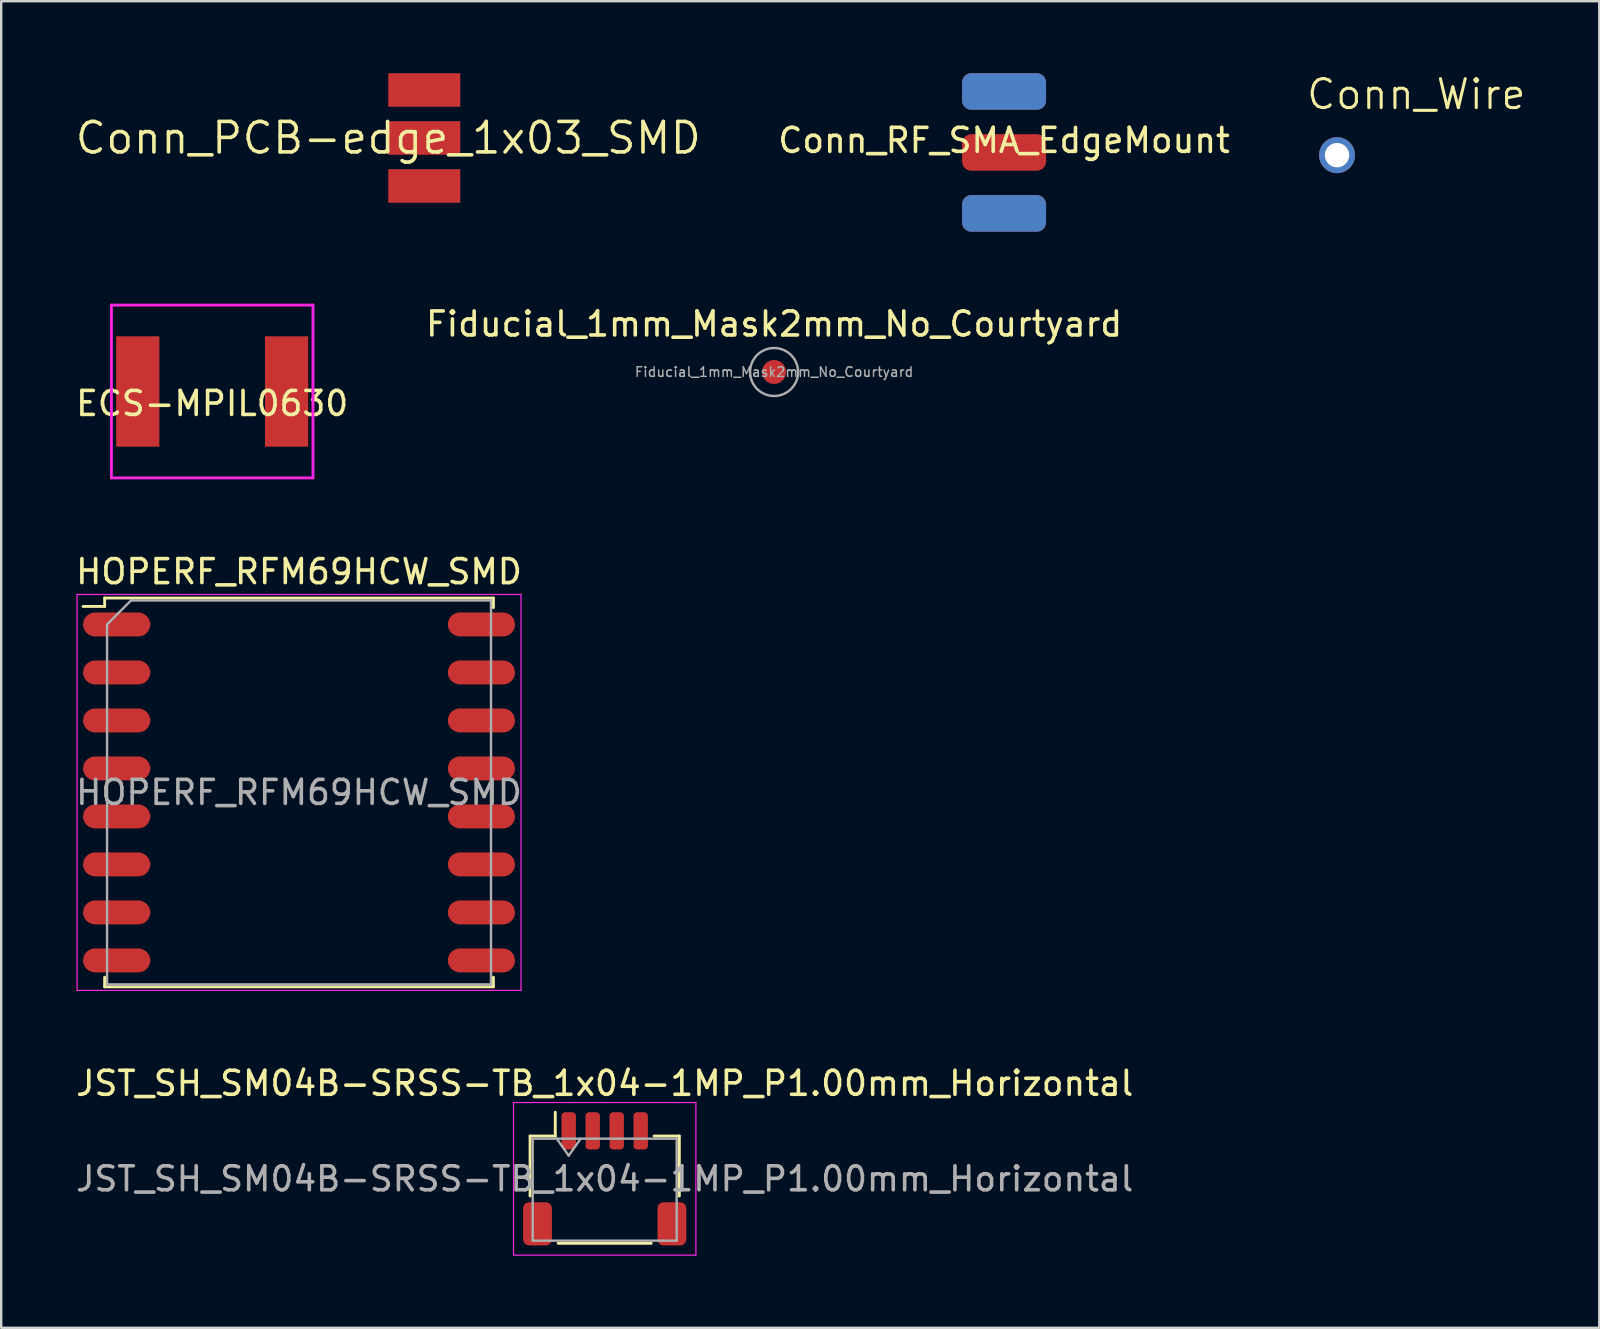
<source format=kicad_pcb>
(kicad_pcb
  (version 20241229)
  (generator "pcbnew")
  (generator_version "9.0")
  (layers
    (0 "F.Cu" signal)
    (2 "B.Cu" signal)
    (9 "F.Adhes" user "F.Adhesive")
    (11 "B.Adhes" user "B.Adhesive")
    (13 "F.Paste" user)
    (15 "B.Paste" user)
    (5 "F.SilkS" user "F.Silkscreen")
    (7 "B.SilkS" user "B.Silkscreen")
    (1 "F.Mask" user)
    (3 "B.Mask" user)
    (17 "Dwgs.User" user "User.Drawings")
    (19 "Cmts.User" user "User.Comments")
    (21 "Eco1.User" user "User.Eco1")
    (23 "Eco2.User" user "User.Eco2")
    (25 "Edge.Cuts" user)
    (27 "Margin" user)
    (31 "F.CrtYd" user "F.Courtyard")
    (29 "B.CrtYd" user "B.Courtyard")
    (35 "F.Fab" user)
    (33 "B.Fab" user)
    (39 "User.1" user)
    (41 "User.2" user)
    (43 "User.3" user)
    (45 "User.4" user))
  (footprint "Conn_PCB-edge_1x03_SMD"
    (layer "F.Cu")
    (at 13.131 2.7)
    (property "Reference" "Conn_PCB-edge_1x03_SMD" (at 0 0 0) (layer "F.SilkS") (effects (font (size 1.27 1.27) (thickness 0.15))))
    (attr exclude_from_pos_files exclude_from_bom)
    (pad "1" smd rect (at 1.5 -2) (size 3 1.4) (layers "F.Cu" "F.Mask" "F.Paste"))
    (pad "2" smd rect (at 1.5 0) (size 3 1.4) (layers "F.Cu" "F.Mask" "F.Paste"))
    (pad "3" smd rect (at 1.5 2) (size 3 1.4) (layers "F.Cu" "F.Mask" "F.Paste")))
  (footprint "JST_SH_SM04B-SRSS-TB_1x04-1MP_P1.00mm_Horizontal"
    (layer "F.Cu")
    (at 22.149 46.075)
    (property "Reference" "JST_SH_SM04B-SRSS-TB_1x04-1MP_P1.00mm_Horizontal" (at 0 -3.98 0) (layer "F.SilkS") (effects (font (size 1 1) (thickness 0.15))))
    (attr smd)
    (fp_line (start -3.11 -1.785) (end -2.06 -1.785) (stroke (width 0.12) (type solid)) (layer "F.SilkS"))
    (fp_line (start -3.11 0.715) (end -3.11 -1.785) (stroke (width 0.12) (type solid)) (layer "F.SilkS"))
    (fp_line (start -2.06 -1.785) (end -2.06 -2.775) (stroke (width 0.12) (type solid)) (layer "F.SilkS"))
    (fp_line (start -1.94 2.685) (end 1.94 2.685) (stroke (width 0.12) (type solid)) (layer "F.SilkS"))
    (fp_line (start 3.11 -1.785) (end 2.06 -1.785) (stroke (width 0.12) (type solid)) (layer "F.SilkS"))
    (fp_line (start 3.11 0.715) (end 3.11 -1.785) (stroke (width 0.12) (type solid)) (layer "F.SilkS"))
    (fp_line (start -3.8 -3.18) (end -3.8 3.18) (stroke (width 0.05) (type solid)) (layer "F.CrtYd"))
    (fp_line (start -3.8 3.18) (end 3.8 3.18) (stroke (width 0.05) (type solid)) (layer "F.CrtYd"))
    (fp_line (start 3.8 -3.18) (end -3.8 -3.18) (stroke (width 0.05) (type solid)) (layer "F.CrtYd"))
    (fp_line (start 3.8 3.18) (end 3.8 -3.18) (stroke (width 0.05) (type solid)) (layer "F.CrtYd"))
    (fp_line (start -3 -1.675) (end -3 2.575) (stroke (width 0.1) (type solid)) (layer "F.Fab"))
    (fp_line (start -3 -1.675) (end 3 -1.675) (stroke (width 0.1) (type solid)) (layer "F.Fab"))
    (fp_line (start -3 2.575) (end 3 2.575) (stroke (width 0.1) (type solid)) (layer "F.Fab"))
    (fp_line (start -2 -1.675) (end -1.5 -0.968) (stroke (width 0.1) (type solid)) (layer "F.Fab"))
    (fp_line (start -1.5 -0.968) (end -1 -1.675) (stroke (width 0.1) (type solid)) (layer "F.Fab"))
    (fp_line (start 3 -1.675) (end 3 2.575) (stroke (width 0.1) (type solid)) (layer "F.Fab"))
    (fp_text user "${REFERENCE}" (at 0 0 0) (layer "F.Fab") (effects (font (size 1 1) (thickness 0.15))))
    (pad "1" smd roundrect (at -1.5 -2) (size 0.6 1.55) (layers "F.Cu" "F.Mask" "F.Paste") (roundrect_rratio 0.25))
    (pad "2" smd roundrect (at -0.5 -2) (size 0.6 1.55) (layers "F.Cu" "F.Mask" "F.Paste") (roundrect_rratio 0.25))
    (pad "3" smd roundrect (at 0.5 -2) (size 0.6 1.55) (layers "F.Cu" "F.Mask" "F.Paste") (roundrect_rratio 0.25))
    (pad "4" smd roundrect (at 1.5 -2) (size 0.6 1.55) (layers "F.Cu" "F.Mask" "F.Paste") (roundrect_rratio 0.25))
    (pad "MP" smd roundrect (at -2.8 1.875) (size 1.2 1.8) (layers "F.Cu" "F.Mask" "F.Paste") (roundrect_rratio 0.208))
    (pad "MP" smd roundrect (at 2.8 1.875) (size 1.2 1.8) (layers "F.Cu" "F.Mask" "F.Paste") (roundrect_rratio 0.208)))
  (footprint "ECS-MPIL0630"
    (layer "F.Cu")
    (at 5.792 13.264)
    (property "Reference" "ECS-MPIL0630" (at 0 0.5 0) (layer "F.SilkS") (effects (font (size 1 1) (thickness 0.15))))
    (attr smd)
    (fp_line (start -4.2 -3.6) (end 4.2 -3.6) (stroke (width 0.12) (type solid)) (layer "F.CrtYd"))
    (fp_line (start -4.2 0) (end -4.2 -3.6) (stroke (width 0.12) (type solid)) (layer "F.CrtYd"))
    (fp_line (start -4.2 3.6) (end -4.2 0) (stroke (width 0.12) (type solid)) (layer "F.CrtYd"))
    (fp_line (start 4.2 -3.6) (end 4.2 0) (stroke (width 0.12) (type solid)) (layer "F.CrtYd"))
    (fp_line (start 4.2 0) (end 4.2 3.6) (stroke (width 0.12) (type solid)) (layer "F.CrtYd"))
    (fp_line (start 4.2 3.6) (end -4.2 3.6) (stroke (width 0.12) (type solid)) (layer "F.CrtYd"))
    (pad "1" smd rect (at -3.1 0) (size 1.8 4.6) (layers "F.Cu" "F.Mask" "F.Paste"))
    (pad "2" smd rect (at 3.1 0) (size 1.8 4.6) (layers "F.Cu" "F.Mask" "F.Paste")))
  (footprint "HOPERF_RFM69HCW_SMD"
    (layer "F.Cu")
    (at 9.411 29.972)
    (property "Reference" "HOPERF_RFM69HCW_SMD" (at 0 -9.2 0) (layer "F.SilkS") (effects (font (size 1 1) (thickness 0.15))))
    (attr smd)
    (fp_line (start -8.1 -8.1) (end -8.1 -7.75) (stroke (width 0.12) (type solid)) (layer "F.SilkS"))
    (fp_line (start -8.1 -8.1) (end 8.1 -8.1) (stroke (width 0.12) (type solid)) (layer "F.SilkS"))
    (fp_line (start -8.1 -7.75) (end -9 -7.75) (stroke (width 0.12) (type solid)) (layer "F.SilkS"))
    (fp_line (start -8.1 7.7) (end -8.1 8.1) (stroke (width 0.12) (type solid)) (layer "F.SilkS"))
    (fp_line (start -8.1 8.1) (end 8.1 8.1) (stroke (width 0.12) (type solid)) (layer "F.SilkS"))
    (fp_line (start 8.1 -8.1) (end 8.1 -7.7) (stroke (width 0.12) (type solid)) (layer "F.SilkS"))
    (fp_line (start 8.1 8.1) (end 8.1 7.7) (stroke (width 0.12) (type solid)) (layer "F.SilkS"))
    (fp_line (start -9.25 -8.25) (end 9.25 -8.25) (stroke (width 0.05) (type solid)) (layer "F.CrtYd"))
    (fp_line (start -9.25 8.25) (end -9.25 -8.25) (stroke (width 0.05) (type solid)) (layer "F.CrtYd"))
    (fp_line (start -9.25 8.25) (end 9.25 8.25) (stroke (width 0.05) (type solid)) (layer "F.CrtYd"))
    (fp_line (start 9.25 -8.25) (end 9.25 8.25) (stroke (width 0.05) (type solid)) (layer "F.CrtYd"))
    (fp_line (start -8 8) (end -8 -7) (stroke (width 0.1) (type solid)) (layer "F.Fab"))
    (fp_line (start -8 8) (end 8 8) (stroke (width 0.1) (type solid)) (layer "F.Fab"))
    (fp_line (start -7 -8) (end -8 -7) (stroke (width 0.1) (type solid)) (layer "F.Fab"))
    (fp_line (start -7 -8) (end 8 -8) (stroke (width 0.1) (type solid)) (layer "F.Fab"))
    (fp_line (start 8 8) (end 8 -8) (stroke (width 0.1) (type solid)) (layer "F.Fab"))
    (fp_text user "${REFERENCE}" (at 0 0 0) (layer "F.Fab") (effects (font (size 1 1) (thickness 0.15))))
    (pad "1" smd roundrect (at -7.6 -7) (size 2.8 1) (layers "F.Cu" "F.Mask" "F.Paste") (roundrect_rratio 0.5))
    (pad "2" smd roundrect (at -7.6 -5) (size 2.8 1) (layers "F.Cu" "F.Mask" "F.Paste") (roundrect_rratio 0.5))
    (pad "3" smd roundrect (at -7.6 -3) (size 2.8 1) (layers "F.Cu" "F.Mask" "F.Paste") (roundrect_rratio 0.5))
    (pad "4" smd roundrect (at -7.6 -1) (size 2.8 1) (layers "F.Cu" "F.Mask" "F.Paste") (roundrect_rratio 0.5))
    (pad "5" smd roundrect (at -7.6 1) (size 2.8 1) (layers "F.Cu" "F.Mask" "F.Paste") (roundrect_rratio 0.5))
    (pad "6" smd roundrect (at -7.6 3) (size 2.8 1) (layers "F.Cu" "F.Mask" "F.Paste") (roundrect_rratio 0.5))
    (pad "7" smd roundrect (at -7.6 5) (size 2.8 1) (layers "F.Cu" "F.Mask" "F.Paste") (roundrect_rratio 0.5))
    (pad "8" smd roundrect (at -7.6 7) (size 2.8 1) (layers "F.Cu" "F.Mask" "F.Paste") (roundrect_rratio 0.5))
    (pad "9" smd roundrect (at 7.6 7) (size 2.8 1) (layers "F.Cu" "F.Mask" "F.Paste") (roundrect_rratio 0.5))
    (pad "10" smd roundrect (at 7.6 5) (size 2.8 1) (layers "F.Cu" "F.Mask" "F.Paste") (roundrect_rratio 0.5))
    (pad "11" smd roundrect (at 7.6 3) (size 2.8 1) (layers "F.Cu" "F.Mask" "F.Paste") (roundrect_rratio 0.5))
    (pad "12" smd roundrect (at 7.6 1) (size 2.8 1) (layers "F.Cu" "F.Mask" "F.Paste") (roundrect_rratio 0.5))
    (pad "13" smd roundrect (at 7.6 -1) (size 2.8 1) (layers "F.Cu" "F.Mask" "F.Paste") (roundrect_rratio 0.5))
    (pad "14" smd roundrect (at 7.6 -3) (size 2.8 1) (layers "F.Cu" "F.Mask" "F.Paste") (roundrect_rratio 0.5))
    (pad "15" smd roundrect (at 7.6 -5) (size 2.8 1) (layers "F.Cu" "F.Mask" "F.Paste") (roundrect_rratio 0.5))
    (pad "16" smd roundrect (at 7.6 -7) (size 2.8 1) (layers "F.Cu" "F.Mask" "F.Paste") (roundrect_rratio 0.5)))
  (footprint "Conn_RF_SMA_EdgeMount"
    (layer "F.Cu")
    (at 38.791 3.302)
    (property "Reference" "Conn_RF_SMA_EdgeMount" (at 0 -0.5 0) (unlocked yes) (layer "F.SilkS") (effects (font (size 1 1) (thickness 0.15))))
    (pad "1" smd roundrect (at 0 0) (size 3.5 1.524) (layers "F.Cu" "F.Mask" "F.Paste") (roundrect_rratio 0.25))
    (pad "2" smd roundrect (at 0 -2.54) (size 3.5 1.524) (layers "F.Cu" "F.Mask" "F.Paste") (roundrect_rratio 0.25))
    (pad "2" smd roundrect (at 0 -2.54) (size 3.5 1.524) (layers "B.Cu" "B.Mask" "B.Paste") (roundrect_rratio 0.25))
    (pad "2" smd roundrect (at 0 2.54) (size 3.5 1.524) (layers "F.Cu" "F.Mask" "F.Paste") (roundrect_rratio 0.25))
    (pad "2" smd roundrect (at 0 2.54) (size 3.5 1.524) (layers "B.Cu" "B.Mask" "B.Paste") (roundrect_rratio 0.25)))
  (footprint "Fiducial_1mm_Mask2mm_No_Courtyard"
    (layer "F.Cu")
    (at 29.208 12.452)
    (property "Reference" "Fiducial_1mm_Mask2mm_No_Courtyard" (at 0 -2 0) (layer "F.SilkS") (effects (font (size 1 1) (thickness 0.15))))
    (attr smd)
    (fp_circle (center 0 0) (end 1 0) (stroke (width 0.1) (type solid)) (fill no) (layer "F.Fab"))
    (fp_text user "${REFERENCE}" (at 0 0 0) (layer "F.Fab") (effects (font (size 0.4 0.4) (thickness 0.06))))
    (pad "" smd circle (at 0 0) (size 1 1) (layers "F.Cu" "F.Mask")))
  (footprint "Conn_Wire"
    (layer "F.Cu")
    (at 52.667 3.416)
    (property "Reference" "Conn_Wire" (at -1.346 -1.829 0) (layer "F.SilkS") (effects (font (size 1.206 1.206) (thickness 0.127)) (justify left bottom)))
    (attr through_hole)
    (pad "1" thru_hole circle (at 0 0) (size 1.5 1.5) (drill 1.016) (layers "*.Cu" "*.Mask")))
  (gr_rect
    (start -3 -3)
    (end 63.595 52.281)
    (stroke (width 0.1) (type default))
    (fill no)
    (layer "Edge.Cuts")))
</source>
